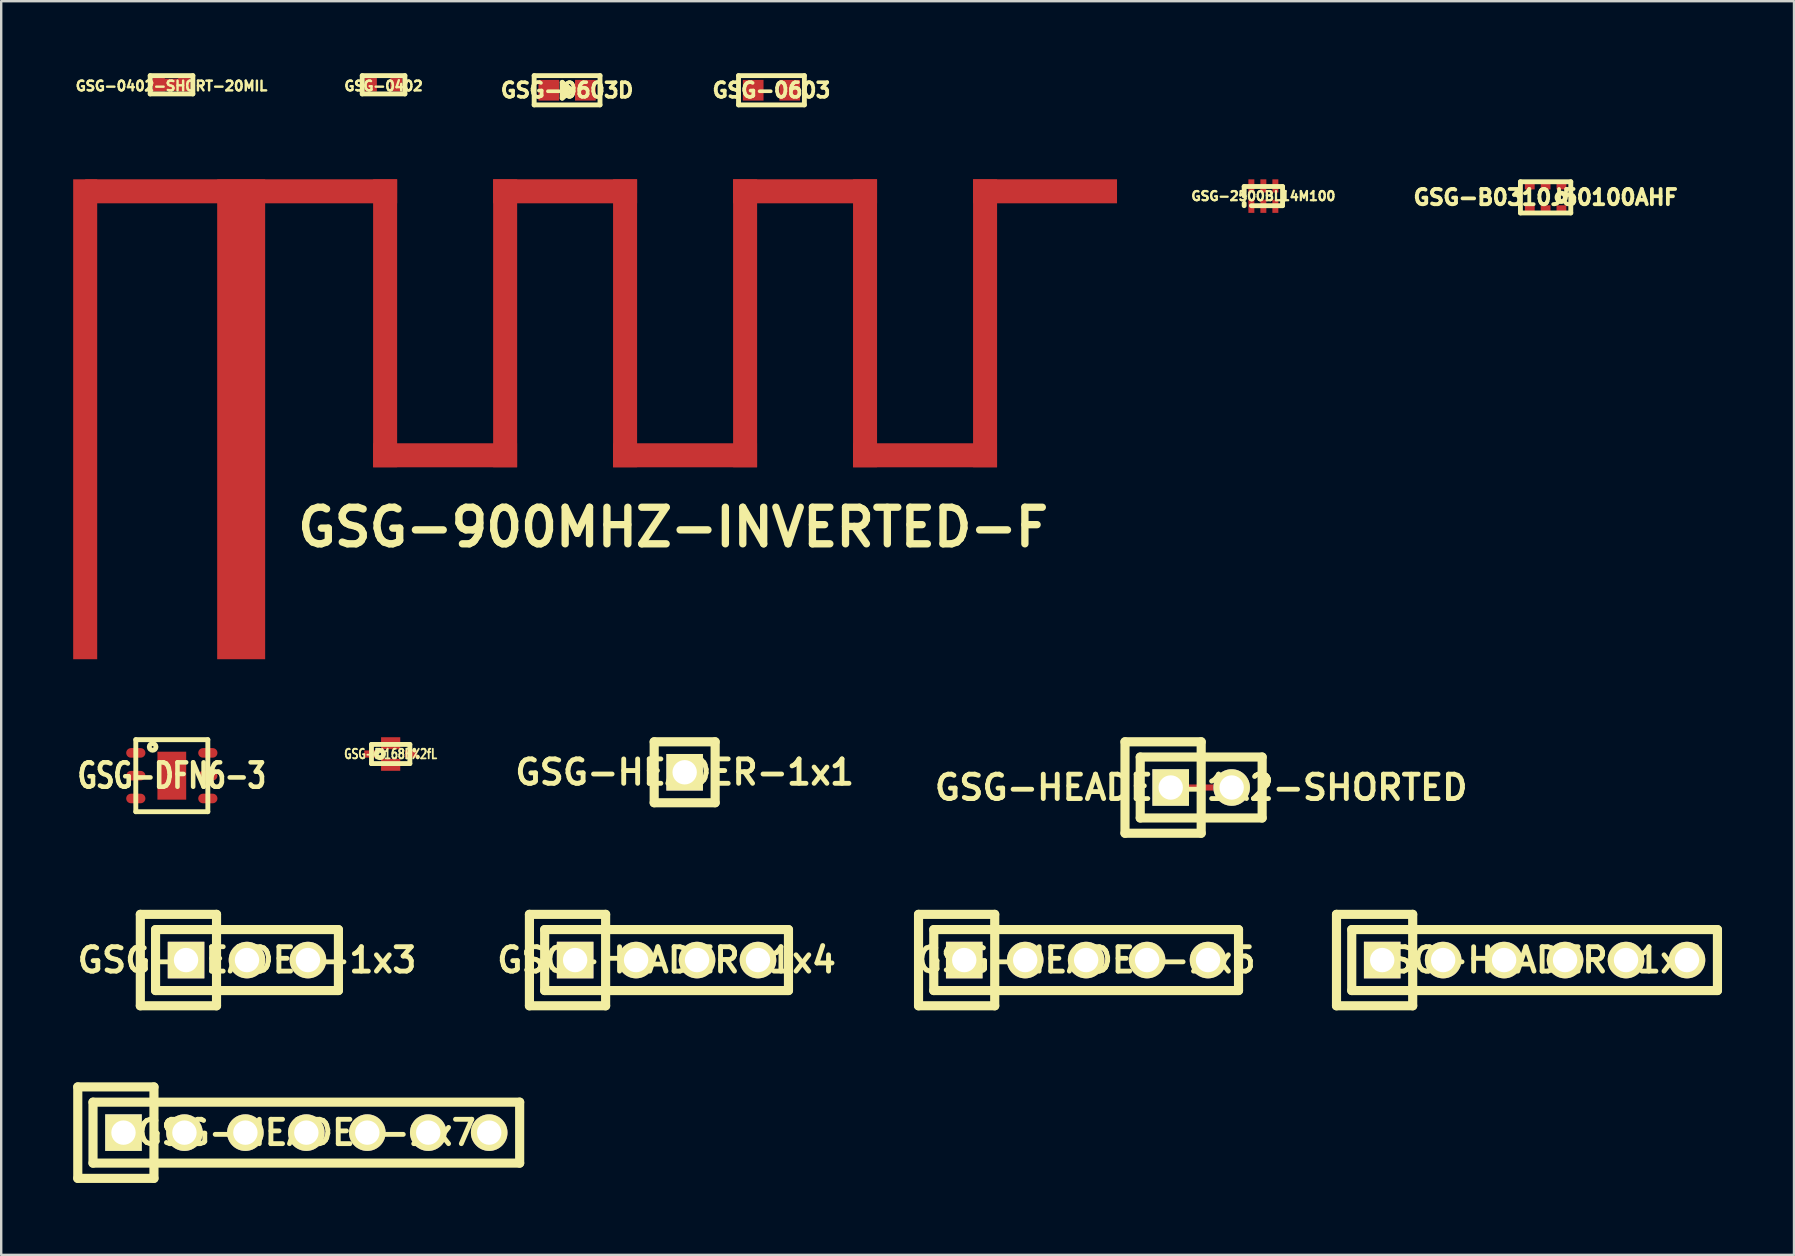
<source format=kicad_pcb>
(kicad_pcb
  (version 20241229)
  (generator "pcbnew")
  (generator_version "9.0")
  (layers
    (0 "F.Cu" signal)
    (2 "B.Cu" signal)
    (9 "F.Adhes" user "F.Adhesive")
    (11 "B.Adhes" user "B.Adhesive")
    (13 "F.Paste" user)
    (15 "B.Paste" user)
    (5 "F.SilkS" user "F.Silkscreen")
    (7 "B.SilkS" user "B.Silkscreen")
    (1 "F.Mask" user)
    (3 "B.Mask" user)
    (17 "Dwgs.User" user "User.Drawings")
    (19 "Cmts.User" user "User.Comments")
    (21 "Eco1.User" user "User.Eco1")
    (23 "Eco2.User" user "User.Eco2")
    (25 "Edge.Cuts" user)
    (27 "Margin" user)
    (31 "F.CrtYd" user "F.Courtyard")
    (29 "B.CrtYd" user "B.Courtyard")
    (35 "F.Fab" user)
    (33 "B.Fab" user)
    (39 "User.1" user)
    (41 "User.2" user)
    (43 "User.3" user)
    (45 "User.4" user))
  (footprint "GSG-0402-SHORT-20MIL"
    (layer "F.Cu")
    (at 4.098 0.483)
    (property "Reference" "GSG-0402-SHORT-20MIL" (at 0 0.051 0) (layer "F.SilkS") (effects (font (size 0.406 0.406) (thickness 0.102))))
    (attr through_hole)
    (fp_line (start -0.889 -0.381) (end 0.889 -0.381) (stroke (width 0.203) (type solid)) (layer "F.SilkS"))
    (fp_line (start -0.889 0.381) (end -0.889 -0.381) (stroke (width 0.203) (type solid)) (layer "F.SilkS"))
    (fp_line (start 0.889 -0.381) (end 0.889 0.381) (stroke (width 0.203) (type solid)) (layer "F.SilkS"))
    (fp_line (start 0.889 0.381) (end -0.889 0.381) (stroke (width 0.203) (type solid)) (layer "F.SilkS"))
    (pad "" smd rect (at 0 0) (size 0.762 0.508) (layers "F.Cu" "F.Mask"))
    (pad "1" smd rect (at -0.533 0) (size 0.508 0.559) (layers "F.Cu" "F.Mask"))
    (pad "2" smd rect (at 0.533 0) (size 0.508 0.559) (layers "F.Cu" "F.Mask")))
  (footprint "GSG-HEADER-1x6"
    (layer "F.Cu")
    (at 60.901 36.959)
    (property "Reference" "GSG-HEADER-1x6" (at 0 0 0) (layer "F.SilkS") (effects (font (size 1.016 1.016) (thickness 0.203))))
    (attr through_hole)
    (fp_line (start -8.255 -1.905) (end -8.255 1.905) (stroke (width 0.381) (type solid)) (layer "F.SilkS"))
    (fp_line (start -8.255 1.905) (end -5.08 1.905) (stroke (width 0.381) (type solid)) (layer "F.SilkS"))
    (fp_line (start -7.62 -1.27) (end -7.62 1.27) (stroke (width 0.381) (type solid)) (layer "F.SilkS"))
    (fp_line (start -7.62 -1.27) (end 7.62 -1.27) (stroke (width 0.381) (type solid)) (layer "F.SilkS"))
    (fp_line (start -5.08 -1.905) (end -8.255 -1.905) (stroke (width 0.381) (type solid)) (layer "F.SilkS"))
    (fp_line (start -5.08 1.905) (end -5.08 -1.905) (stroke (width 0.381) (type solid)) (layer "F.SilkS"))
    (fp_line (start 7.62 -1.27) (end 7.62 1.27) (stroke (width 0.381) (type solid)) (layer "F.SilkS"))
    (fp_line (start 7.62 1.27) (end -7.62 1.27) (stroke (width 0.381) (type solid)) (layer "F.SilkS"))
    (pad "1" thru_hole rect (at -6.35 0) (size 1.524 1.524) (drill 1.016) (layers "*.Cu" "*.Mask" "F.SilkS"))
    (pad "2" thru_hole circle (at -3.81 0) (size 1.524 1.524) (drill 1.016) (layers "*.Cu" "*.Mask" "F.SilkS"))
    (pad "3" thru_hole circle (at -1.27 0) (size 1.524 1.524) (drill 1.016) (layers "*.Cu" "*.Mask" "F.SilkS"))
    (pad "4" thru_hole circle (at 1.27 0) (size 1.524 1.524) (drill 1.016) (layers "*.Cu" "*.Mask" "F.SilkS"))
    (pad "5" thru_hole circle (at 3.81 0) (size 1.524 1.524) (drill 1.016) (layers "*.Cu" "*.Mask" "F.SilkS"))
    (pad "6" thru_hole circle (at 6.35 0) (size 1.524 1.524) (drill 1.016) (layers "*.Cu" "*.Mask" "F.SilkS")))
  (footprint "GSG-0603D"
    (layer "F.Cu")
    (at 20.582 0.711)
    (property "Reference" "GSG-0603D" (at 0 0 0) (layer "F.SilkS") (effects (font (size 0.61 0.61) (thickness 0.152))))
    (attr through_hole)
    (fp_line (start -1.372 -0.61) (end -1.372 0.61) (stroke (width 0.203) (type solid)) (layer "F.SilkS"))
    (fp_line (start -1.372 0.61) (end 1.372 0.61) (stroke (width 0.203) (type solid)) (layer "F.SilkS"))
    (fp_line (start -0.203 -0.33) (end -0.203 0.33) (stroke (width 0.203) (type solid)) (layer "F.SilkS"))
    (fp_line (start -0.203 0.33) (end 0.203 0) (stroke (width 0.203) (type solid)) (layer "F.SilkS"))
    (fp_line (start -0.051 0.076) (end -0.051 -0.076) (stroke (width 0.203) (type solid)) (layer "F.SilkS"))
    (fp_line (start 0.203 0) (end -0.203 -0.33) (stroke (width 0.203) (type solid)) (layer "F.SilkS"))
    (fp_line (start 1.372 -0.61) (end -1.372 -0.61) (stroke (width 0.203) (type solid)) (layer "F.SilkS"))
    (fp_line (start 1.372 0.61) (end 1.372 -0.61) (stroke (width 0.203) (type solid)) (layer "F.SilkS"))
    (pad "1" smd rect (at -0.762 0) (size 0.864 0.864) (layers "F.Cu" "F.Mask" "F.Paste"))
    (pad "2" smd rect (at 0.762 0) (size 0.864 0.864) (layers "F.Cu" "F.Mask" "F.Paste")))
  (footprint "GSG-HEADER-1x1"
    (layer "F.Cu")
    (at 25.482 29.133)
    (property "Reference" "GSG-HEADER-1x1" (at 0 0 0) (layer "F.SilkS") (effects (font (size 1.016 1.016) (thickness 0.203))))
    (attr through_hole)
    (fp_line (start -1.27 -1.27) (end -1.27 1.27) (stroke (width 0.381) (type solid)) (layer "F.SilkS"))
    (fp_line (start -1.27 -1.27) (end 1.27 -1.27) (stroke (width 0.381) (type solid)) (layer "F.SilkS"))
    (fp_line (start 1.27 -1.27) (end 1.27 1.27) (stroke (width 0.381) (type solid)) (layer "F.SilkS"))
    (fp_line (start 1.27 1.27) (end -1.27 1.27) (stroke (width 0.381) (type solid)) (layer "F.SilkS"))
    (pad "1" thru_hole rect (at 0 0) (size 1.524 1.524) (drill 1.016) (layers "*.Cu" "*.Mask" "F.SilkS")))
  (footprint "GSG-HEADER-1x7"
    (layer "F.Cu")
    (at 9.716 44.15)
    (property "Reference" "GSG-HEADER-1x7" (at 0 0 0) (layer "F.SilkS") (effects (font (size 1.016 1.016) (thickness 0.203))))
    (attr through_hole)
    (fp_line (start -9.525 -1.905) (end -9.525 1.905) (stroke (width 0.381) (type solid)) (layer "F.SilkS"))
    (fp_line (start -9.525 1.905) (end -6.35 1.905) (stroke (width 0.381) (type solid)) (layer "F.SilkS"))
    (fp_line (start -8.89 -1.27) (end -8.89 1.27) (stroke (width 0.381) (type solid)) (layer "F.SilkS"))
    (fp_line (start -8.89 -1.27) (end 8.89 -1.27) (stroke (width 0.381) (type solid)) (layer "F.SilkS"))
    (fp_line (start -6.35 -1.905) (end -9.525 -1.905) (stroke (width 0.381) (type solid)) (layer "F.SilkS"))
    (fp_line (start -6.35 1.905) (end -6.35 -1.905) (stroke (width 0.381) (type solid)) (layer "F.SilkS"))
    (fp_line (start 8.89 -1.27) (end 8.89 1.27) (stroke (width 0.381) (type solid)) (layer "F.SilkS"))
    (fp_line (start 8.89 1.27) (end -8.89 1.27) (stroke (width 0.381) (type solid)) (layer "F.SilkS"))
    (pad "1" thru_hole rect (at -7.62 0) (size 1.524 1.524) (drill 1.016) (layers "*.Cu" "*.Mask" "F.SilkS"))
    (pad "2" thru_hole circle (at -5.08 0) (size 1.524 1.524) (drill 1.016) (layers "*.Cu" "*.Mask" "F.SilkS"))
    (pad "3" thru_hole circle (at -2.54 0) (size 1.524 1.524) (drill 1.016) (layers "*.Cu" "*.Mask" "F.SilkS"))
    (pad "4" thru_hole circle (at 0 0) (size 1.524 1.524) (drill 1.016) (layers "*.Cu" "*.Mask" "F.SilkS"))
    (pad "5" thru_hole circle (at 2.54 0) (size 1.524 1.524) (drill 1.016) (layers "*.Cu" "*.Mask" "F.SilkS"))
    (pad "6" thru_hole circle (at 5.08 0) (size 1.524 1.524) (drill 1.016) (layers "*.Cu" "*.Mask" "F.SilkS"))
    (pad "7" thru_hole circle (at 7.62 0) (size 1.524 1.524) (drill 1.016) (layers "*.Cu" "*.Mask" "F.SilkS")))
  (footprint "GSG-HEADER-1x3"
    (layer "F.Cu")
    (at 7.243 36.959)
    (property "Reference" "GSG-HEADER-1x3" (at 0 0 0) (layer "F.SilkS") (effects (font (size 1.016 1.016) (thickness 0.203))))
    (attr through_hole)
    (fp_line (start -4.445 -1.905) (end -4.445 1.905) (stroke (width 0.381) (type solid)) (layer "F.SilkS"))
    (fp_line (start -4.445 1.905) (end -1.27 1.905) (stroke (width 0.381) (type solid)) (layer "F.SilkS"))
    (fp_line (start -3.81 -1.27) (end -3.81 1.27) (stroke (width 0.381) (type solid)) (layer "F.SilkS"))
    (fp_line (start -3.81 -1.27) (end 3.81 -1.27) (stroke (width 0.381) (type solid)) (layer "F.SilkS"))
    (fp_line (start -1.27 -1.905) (end -4.445 -1.905) (stroke (width 0.381) (type solid)) (layer "F.SilkS"))
    (fp_line (start -1.27 1.905) (end -1.27 -1.905) (stroke (width 0.381) (type solid)) (layer "F.SilkS"))
    (fp_line (start 3.81 -1.27) (end 3.81 1.27) (stroke (width 0.381) (type solid)) (layer "F.SilkS"))
    (fp_line (start 3.81 1.27) (end -3.81 1.27) (stroke (width 0.381) (type solid)) (layer "F.SilkS"))
    (pad "1" thru_hole rect (at -2.54 0) (size 1.524 1.524) (drill 1.016) (layers "*.Cu" "*.Mask" "F.SilkS"))
    (pad "2" thru_hole circle (at 0 0) (size 1.524 1.524) (drill 1.016) (layers "*.Cu" "*.Mask" "F.SilkS"))
    (pad "3" thru_hole circle (at 2.54 0) (size 1.524 1.524) (drill 1.016) (layers "*.Cu" "*.Mask" "F.SilkS")))
  (footprint "GSG-HEADER-1x4"
    (layer "F.Cu")
    (at 24.728 36.959)
    (property "Reference" "GSG-HEADER-1x4" (at 0 0 0) (layer "F.SilkS") (effects (font (size 1.016 1.016) (thickness 0.203))))
    (attr through_hole)
    (fp_line (start -5.715 -1.905) (end -5.715 1.905) (stroke (width 0.381) (type solid)) (layer "F.SilkS"))
    (fp_line (start -5.715 1.905) (end -2.54 1.905) (stroke (width 0.381) (type solid)) (layer "F.SilkS"))
    (fp_line (start -5.08 -1.27) (end -5.08 1.27) (stroke (width 0.381) (type solid)) (layer "F.SilkS"))
    (fp_line (start -5.08 -1.27) (end 5.08 -1.27) (stroke (width 0.381) (type solid)) (layer "F.SilkS"))
    (fp_line (start -2.54 -1.905) (end -5.715 -1.905) (stroke (width 0.381) (type solid)) (layer "F.SilkS"))
    (fp_line (start -2.54 1.905) (end -2.54 -1.905) (stroke (width 0.381) (type solid)) (layer "F.SilkS"))
    (fp_line (start 5.08 -1.27) (end 5.08 1.27) (stroke (width 0.381) (type solid)) (layer "F.SilkS"))
    (fp_line (start 5.08 1.27) (end -5.08 1.27) (stroke (width 0.381) (type solid)) (layer "F.SilkS"))
    (pad "1" thru_hole rect (at -3.81 0) (size 1.524 1.524) (drill 1.016) (layers "*.Cu" "*.Mask" "F.SilkS"))
    (pad "2" thru_hole circle (at -1.27 0) (size 1.524 1.524) (drill 1.016) (layers "*.Cu" "*.Mask" "F.SilkS"))
    (pad "3" thru_hole circle (at 1.27 0) (size 1.524 1.524) (drill 1.016) (layers "*.Cu" "*.Mask" "F.SilkS"))
    (pad "4" thru_hole circle (at 3.81 0) (size 1.524 1.524) (drill 1.016) (layers "*.Cu" "*.Mask" "F.SilkS")))
  (footprint "GSG-HEADER-1x2-SHORTED"
    (layer "F.Cu")
    (at 47.007 29.768)
    (property "Reference" "GSG-HEADER-1x2-SHORTED" (at 0 0 0) (layer "F.SilkS") (effects (font (size 1.016 1.016) (thickness 0.203))))
    (attr through_hole)
    (fp_line (start -3.175 -1.905) (end -3.175 1.905) (stroke (width 0.381) (type solid)) (layer "F.SilkS"))
    (fp_line (start -3.175 1.905) (end 0 1.905) (stroke (width 0.381) (type solid)) (layer "F.SilkS"))
    (fp_line (start -2.54 -1.27) (end -2.54 1.27) (stroke (width 0.381) (type solid)) (layer "F.SilkS"))
    (fp_line (start -2.54 -1.27) (end 2.54 -1.27) (stroke (width 0.381) (type solid)) (layer "F.SilkS"))
    (fp_line (start 0 -1.905) (end -3.175 -1.905) (stroke (width 0.381) (type solid)) (layer "F.SilkS"))
    (fp_line (start 0 1.905) (end 0 -1.905) (stroke (width 0.381) (type solid)) (layer "F.SilkS"))
    (fp_line (start 2.54 -1.27) (end 2.54 1.27) (stroke (width 0.381) (type solid)) (layer "F.SilkS"))
    (fp_line (start 2.54 1.27) (end -2.54 1.27) (stroke (width 0.381) (type solid)) (layer "F.SilkS"))
    (pad "" smd rect (at 0 0) (size 1.524 0.254) (layers "F.Cu" "F.Mask"))
    (pad "1" thru_hole rect (at -1.27 0) (size 1.524 1.524) (drill 1.016) (layers "*.Cu" "*.Mask" "F.SilkS"))
    (pad "2" thru_hole circle (at 1.27 0) (size 1.524 1.524) (drill 1.016) (layers "*.Cu" "*.Mask" "F.SilkS")))
  (footprint "GSG-HEADER-1x5"
    (layer "F.Cu")
    (at 42.213 36.959)
    (property "Reference" "GSG-HEADER-1x5" (at 0 0 0) (layer "F.SilkS") (effects (font (size 1.016 1.016) (thickness 0.203))))
    (attr through_hole)
    (fp_line (start -6.985 -1.905) (end -6.985 1.905) (stroke (width 0.381) (type solid)) (layer "F.SilkS"))
    (fp_line (start -6.985 1.905) (end -3.81 1.905) (stroke (width 0.381) (type solid)) (layer "F.SilkS"))
    (fp_line (start -6.35 -1.27) (end -6.35 1.27) (stroke (width 0.381) (type solid)) (layer "F.SilkS"))
    (fp_line (start -6.35 -1.27) (end 6.35 -1.27) (stroke (width 0.381) (type solid)) (layer "F.SilkS"))
    (fp_line (start -3.81 -1.905) (end -6.985 -1.905) (stroke (width 0.381) (type solid)) (layer "F.SilkS"))
    (fp_line (start -3.81 1.905) (end -3.81 -1.905) (stroke (width 0.381) (type solid)) (layer "F.SilkS"))
    (fp_line (start 6.35 -1.27) (end 6.35 1.27) (stroke (width 0.381) (type solid)) (layer "F.SilkS"))
    (fp_line (start 6.35 1.27) (end -6.35 1.27) (stroke (width 0.381) (type solid)) (layer "F.SilkS"))
    (pad "1" thru_hole rect (at -5.08 0) (size 1.524 1.524) (drill 1.016) (layers "*.Cu" "*.Mask" "F.SilkS"))
    (pad "2" thru_hole circle (at -2.54 0) (size 1.524 1.524) (drill 1.016) (layers "*.Cu" "*.Mask" "F.SilkS"))
    (pad "3" thru_hole circle (at 0 0) (size 1.524 1.524) (drill 1.016) (layers "*.Cu" "*.Mask" "F.SilkS"))
    (pad "4" thru_hole circle (at 2.54 0) (size 1.524 1.524) (drill 1.016) (layers "*.Cu" "*.Mask" "F.SilkS"))
    (pad "5" thru_hole circle (at 5.08 0) (size 1.524 1.524) (drill 1.016) (layers "*.Cu" "*.Mask" "F.SilkS")))
  (footprint "GSG-0603"
    (layer "F.Cu")
    (at 29.099 0.711)
    (property "Reference" "GSG-0603" (at 0 0 0) (layer "F.SilkS") (effects (font (size 0.61 0.61) (thickness 0.152))))
    (attr through_hole)
    (fp_line (start -1.372 -0.61) (end -1.372 0.61) (stroke (width 0.203) (type solid)) (layer "F.SilkS"))
    (fp_line (start -1.372 0.61) (end 1.372 0.61) (stroke (width 0.203) (type solid)) (layer "F.SilkS"))
    (fp_line (start 1.372 -0.61) (end -1.372 -0.61) (stroke (width 0.203) (type solid)) (layer "F.SilkS"))
    (fp_line (start 1.372 0.61) (end 1.372 -0.61) (stroke (width 0.203) (type solid)) (layer "F.SilkS"))
    (pad "1" smd rect (at -0.762 0) (size 0.864 0.864) (layers "F.Cu" "F.Mask" "F.Paste"))
    (pad "2" smd rect (at 0.762 0) (size 0.864 0.864) (layers "F.Cu" "F.Mask" "F.Paste")))
  (footprint "GSG-0402"
    (layer "F.Cu")
    (at 12.934 0.483)
    (property "Reference" "GSG-0402" (at 0 0.051 0) (layer "F.SilkS") (effects (font (size 0.406 0.406) (thickness 0.102))))
    (attr through_hole)
    (fp_line (start -0.889 -0.381) (end 0.889 -0.381) (stroke (width 0.203) (type solid)) (layer "F.SilkS"))
    (fp_line (start -0.889 0.381) (end -0.889 -0.381) (stroke (width 0.203) (type solid)) (layer "F.SilkS"))
    (fp_line (start 0.889 -0.381) (end 0.889 0.381) (stroke (width 0.203) (type solid)) (layer "F.SilkS"))
    (fp_line (start 0.889 0.381) (end -0.889 0.381) (stroke (width 0.203) (type solid)) (layer "F.SilkS"))
    (pad "1" smd rect (at -0.533 0) (size 0.508 0.559) (layers "F.Cu" "F.Mask" "F.Paste"))
    (pad "2" smd rect (at 0.533 0) (size 0.508 0.559) (layers "F.Cu" "F.Mask" "F.Paste")))
  (footprint "GSG-2500BL14M100"
    (layer "F.Cu")
    (at 49.598 5.122)
    (property "Reference" "GSG-2500BL14M100" (at 0 0 0) (layer "F.SilkS") (effects (font (size 0.381 0.381) (thickness 0.097))))
    (attr through_hole)
    (fp_line (start -0.8 -0.399) (end -0.8 0) (stroke (width 0.203) (type solid)) (layer "F.SilkS"))
    (fp_line (start -0.8 -0.399) (end 0.8 -0.399) (stroke (width 0.203) (type solid)) (layer "F.SilkS"))
    (fp_line (start -0.8 0.399) (end -0.8 0.3) (stroke (width 0.203) (type solid)) (layer "F.SilkS"))
    (fp_line (start 0.8 -0.399) (end 0.8 0.399) (stroke (width 0.203) (type solid)) (layer "F.SilkS"))
    (fp_line (start 0.8 0.399) (end -0.5 0.399) (stroke (width 0.203) (type solid)) (layer "F.SilkS"))
    (pad "1" smd rect (at -0.5 0.424) (size 0.249 0.551) (layers "F.Cu" "F.Mask" "F.Paste"))
    (pad "2" smd rect (at 0 0.424) (size 0.249 0.551) (layers "F.Cu" "F.Mask" "F.Paste"))
    (pad "3" smd rect (at 0.5 0.424) (size 0.249 0.551) (layers "F.Cu" "F.Mask" "F.Paste"))
    (pad "4" smd rect (at 0.5 -0.424) (size 0.249 0.551) (layers "F.Cu" "F.Mask" "F.Paste"))
    (pad "5" smd rect (at 0 -0.424) (size 0.249 0.551) (layers "F.Cu" "F.Mask" "F.Paste"))
    (pad "6" smd rect (at -0.5 -0.424) (size 0.249 0.551) (layers "F.Cu" "F.Mask" "F.Paste")))
  (footprint "GSG-B0310J50100AHF"
    (layer "F.Cu")
    (at 61.36 5.174)
    (property "Reference" "GSG-B0310J50100AHF" (at 0 0 0) (layer "F.SilkS") (effects (font (size 0.635 0.635) (thickness 0.16))))
    (attr through_hole)
    (fp_line (start -1.049 -0.65) (end -1.049 0.65) (stroke (width 0.203) (type solid)) (layer "F.SilkS"))
    (fp_line (start -1.049 0.65) (end 1.049 0.65) (stroke (width 0.203) (type solid)) (layer "F.SilkS"))
    (fp_line (start 1.049 -0.65) (end -1.049 -0.65) (stroke (width 0.203) (type solid)) (layer "F.SilkS"))
    (fp_line (start 1.049 -0.65) (end 1.049 0.65) (stroke (width 0.203) (type solid)) (layer "F.SilkS"))
    (fp_circle (center 0.65 0) (end 0.701 0.051) (stroke (width 0.203) (type solid)) (fill no) (layer "F.SilkS"))
    (pad "1" smd rect (at 0.66 -0.495) (size 0.409 0.33) (layers "F.Cu" "F.Mask" "F.Paste"))
    (pad "2" smd rect (at 0 -0.495) (size 0.409 0.33) (layers "F.Cu" "F.Mask" "F.Paste"))
    (pad "3" smd rect (at -0.66 -0.495) (size 0.409 0.33) (layers "F.Cu" "F.Mask" "F.Paste"))
    (pad "4" smd rect (at -0.66 0.495) (size 0.409 0.33) (layers "F.Cu" "F.Mask" "F.Paste"))
    (pad "5" smd rect (at 0 0.495) (size 0.409 0.33) (layers "F.Cu" "F.Mask" "F.Paste"))
    (pad "6" smd rect (at 0.66 0.495) (size 0.409 0.33) (layers "F.Cu" "F.Mask" "F.Paste")))
  (footprint "GSG-FI168B%2fL"
    (layer "F.Cu")
    (at 13.23 28.372)
    (property "Reference" "GSG-FI168B%2fL" (at 0 0 0) (layer "F.SilkS") (effects (font (size 0.399 0.3) (thickness 0.076))))
    (attr through_hole)
    (fp_line (start -0.8 -0.399) (end 0.8 -0.399) (stroke (width 0.203) (type solid)) (layer "F.SilkS"))
    (fp_line (start -0.8 0.399) (end -0.8 -0.399) (stroke (width 0.203) (type solid)) (layer "F.SilkS"))
    (fp_line (start 0.8 -0.399) (end 0.8 0.399) (stroke (width 0.203) (type solid)) (layer "F.SilkS"))
    (fp_line (start 0.8 0.399) (end -0.8 0.399) (stroke (width 0.203) (type solid)) (layer "F.SilkS"))
    (fp_circle (center -0.45 0) (end -0.399 0) (stroke (width 0.203) (type solid)) (fill no) (layer "F.SilkS"))
    (pad "1" smd rect (at -0.851 0) (size 0.5 0.3) (layers "F.Cu" "F.Mask" "F.Paste"))
    (pad "2" smd rect (at 0 0.45) (size 0.8 0.5) (layers "F.Cu" "F.Mask" "F.Paste"))
    (pad "3" smd rect (at 0.851 0) (size 0.5 0.3) (layers "F.Cu" "F.Mask" "F.Paste"))
    (pad "4" smd rect (at 0 -0.45) (size 0.8 0.5) (layers "F.Cu" "F.Mask" "F.Paste")))
  (footprint "GSG-DFN6-3"
    (layer "F.Cu")
    (at 4.11 29.275)
    (property "Reference" "GSG-DFN6-3" (at 0 0 0) (layer "F.SilkS") (effects (font (size 1.016 0.762) (thickness 0.191))))
    (attr through_hole)
    (fp_line (start -1.501 -1.501) (end -1.501 1.501) (stroke (width 0.203) (type solid)) (layer "F.SilkS"))
    (fp_line (start -1.501 1.501) (end 1.501 1.501) (stroke (width 0.203) (type solid)) (layer "F.SilkS"))
    (fp_line (start 1.501 -1.501) (end -1.501 -1.501) (stroke (width 0.203) (type solid)) (layer "F.SilkS"))
    (fp_line (start 1.501 1.501) (end 1.501 -1.501) (stroke (width 0.203) (type solid)) (layer "F.SilkS"))
    (fp_circle (center -0.8 -1.199) (end -0.701 -1.1) (stroke (width 0.203) (type solid)) (fill no) (layer "F.SilkS"))
    (pad "0" smd rect (at 0 0) (size 1.199 1.999) (layers "F.Cu" "F.Mask" "F.Paste"))
    (pad "1" smd oval (at -1.501 -0.95) (size 0.8 0.399) (layers "F.Cu" "F.Mask" "F.Paste"))
    (pad "2" smd oval (at -1.501 0) (size 0.8 0.399) (layers "F.Cu" "F.Mask" "F.Paste"))
    (pad "3" smd oval (at -1.501 0.95) (size 0.8 0.399) (layers "F.Cu" "F.Mask" "F.Paste"))
    (pad "4" smd oval (at 1.501 0.95) (size 0.8 0.399) (layers "F.Cu" "F.Mask" "F.Paste"))
    (pad "5" smd oval (at 1.501 0) (size 0.8 0.399) (layers "F.Cu" "F.Mask" "F.Paste"))
    (pad "6" smd oval (at 1.501 -0.95) (size 0.8 0.399) (layers "F.Cu" "F.Mask" "F.Paste")))
  (footprint "GSG-900MHZ-INVERTED-F"
    (layer "F.Cu")
    (at 7 24.422)
    (property "Reference" "GSG-900MHZ-INVERTED-F" (at 18.001 -5.499 0) (layer "F.SilkS") (effects (font (size 1.524 1.524) (thickness 0.305))))
    (attr through_hole)
    (pad "" smd rect (at 0 -19.5) (size 13 1.001) (layers "F.Cu"))
    (pad "" smd rect (at 5.999 -14) (size 1.001 11.999) (layers "F.Cu"))
    (pad "" smd rect (at 8.499 -8.499) (size 5.999 1.001) (layers "F.Cu"))
    (pad "" smd rect (at 11.001 -14) (size 1.001 11.999) (layers "F.Cu"))
    (pad "" smd rect (at 13.5 -19.5) (size 5.999 1.001) (layers "F.Cu"))
    (pad "" smd rect (at 15.999 -14) (size 1.001 11.999) (layers "F.Cu"))
    (pad "" smd rect (at 18.499 -8.499) (size 5.999 1.001) (layers "F.Cu"))
    (pad "" smd rect (at 21.001 -14) (size 1.001 11.999) (layers "F.Cu"))
    (pad "" smd rect (at 23.5 -19.5) (size 5.999 1.001) (layers "F.Cu"))
    (pad "" smd rect (at 25.999 -14) (size 1.001 11.999) (layers "F.Cu"))
    (pad "" smd rect (at 28.499 -8.499) (size 5.999 1.001) (layers "F.Cu"))
    (pad "" smd rect (at 31.001 -14) (size 1.001 11.999) (layers "F.Cu"))
    (pad "" smd rect (at 33.5 -19.5) (size 5.999 1.001) (layers "F.Cu"))
    (pad "1" smd rect (at 0 -10) (size 1.999 20) (layers "F.Cu"))
    (pad "2" smd rect (at -6.5 -10) (size 1.001 20) (layers "F.Cu")))
  (gr_rect
    (start -3 -3)
    (end 71.712 49.245)
    (stroke (width 0.1) (type default))
    (fill no)
    (layer "Edge.Cuts")))
</source>
